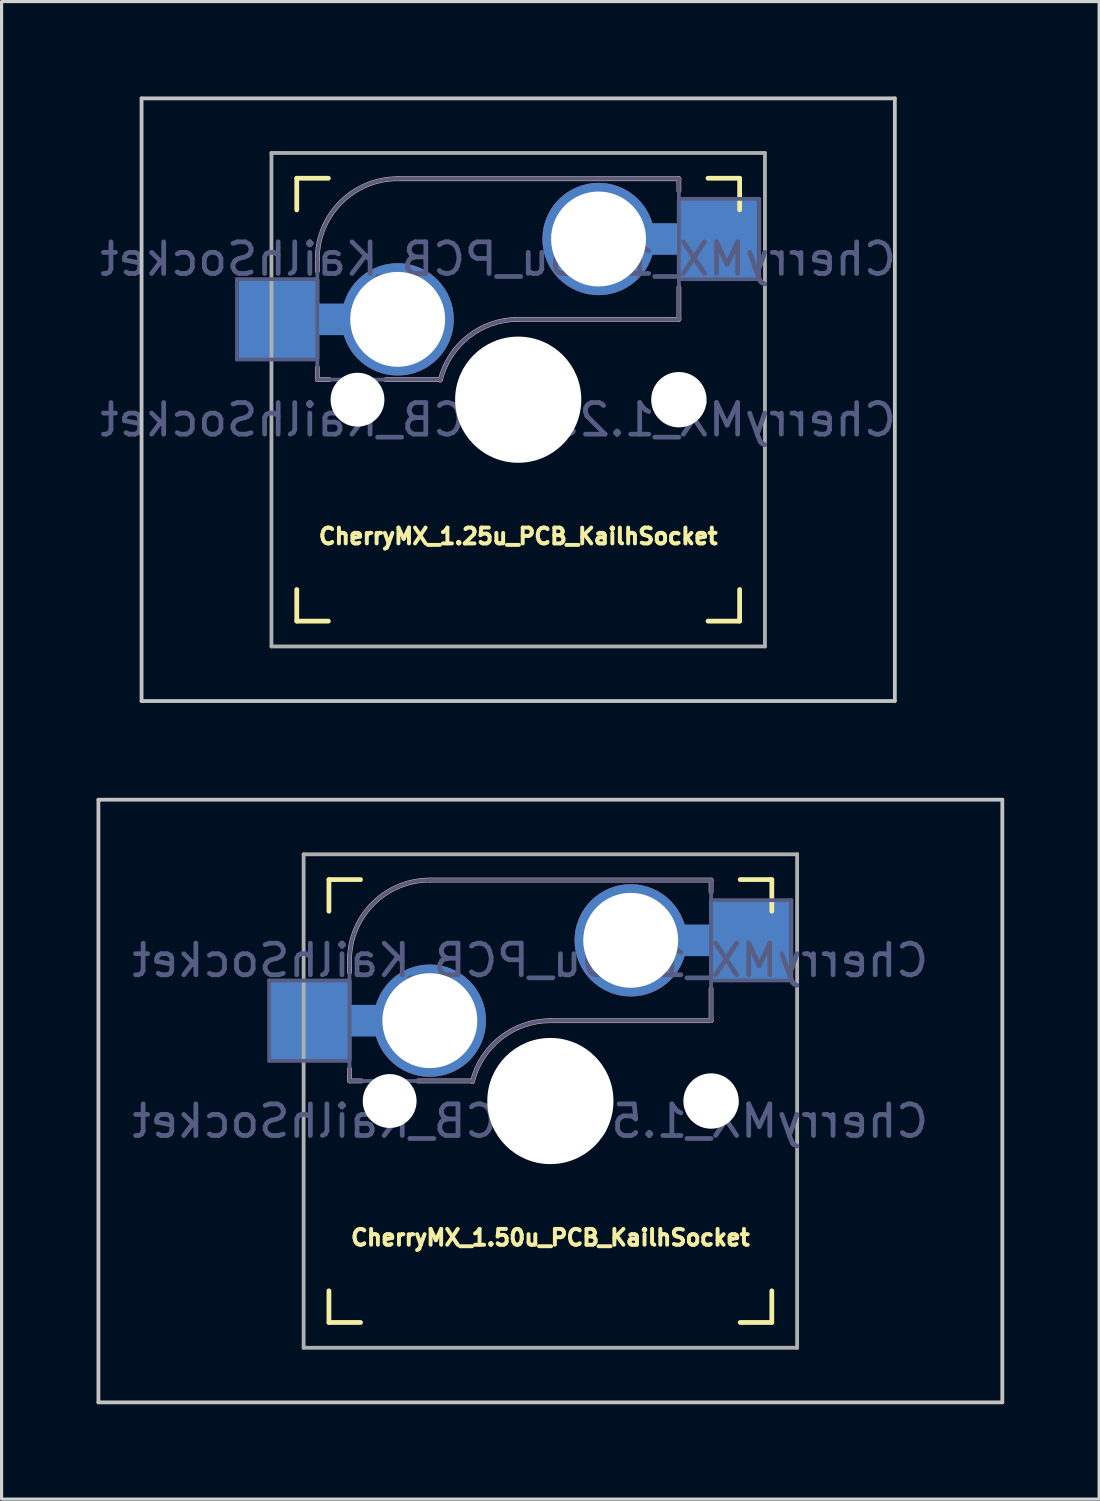
<source format=kicad_pcb>
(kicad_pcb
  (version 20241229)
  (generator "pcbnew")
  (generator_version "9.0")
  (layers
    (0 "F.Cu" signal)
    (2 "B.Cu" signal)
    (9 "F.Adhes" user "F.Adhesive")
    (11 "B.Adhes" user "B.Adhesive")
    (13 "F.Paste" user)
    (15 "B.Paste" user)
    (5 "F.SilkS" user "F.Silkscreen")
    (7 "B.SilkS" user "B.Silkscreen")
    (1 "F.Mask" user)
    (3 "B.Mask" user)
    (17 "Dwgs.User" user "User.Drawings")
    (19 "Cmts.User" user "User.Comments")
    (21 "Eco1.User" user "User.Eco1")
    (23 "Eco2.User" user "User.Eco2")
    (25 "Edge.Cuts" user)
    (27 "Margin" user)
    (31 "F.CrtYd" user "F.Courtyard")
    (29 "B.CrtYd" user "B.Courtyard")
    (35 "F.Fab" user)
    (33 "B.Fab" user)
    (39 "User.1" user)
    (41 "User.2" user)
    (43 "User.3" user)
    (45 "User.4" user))
  (footprint "CherryMX_1.50u_PCB_KailhSocket"
    (layer "F.Cu")
    (at 14.348 31.755)
    (property "Reference" "CherryMX_1.50u_PCB_KailhSocket" (at 0 4.318 0) (layer "F.SilkS") (effects (font (size 0.5 0.5) (thickness 0.125))))
    (property "Value" "CherryMX_1.50u_PCB_KailhSocket" (at 0 8.662 0) (layer "F.Fab") (hide yes) (effects (font (size 1 1) (thickness 0.15))))
    (attr through_hole)
    (fp_line (start -7 -6) (end -7 -7) (stroke (width 0.15) (type solid)) (layer "F.SilkS"))
    (fp_line (start -7 7) (end -7 6) (stroke (width 0.15) (type solid)) (layer "F.SilkS"))
    (fp_line (start -7 7) (end -6 7) (stroke (width 0.15) (type solid)) (layer "F.SilkS"))
    (fp_line (start -6 -7) (end -7 -7) (stroke (width 0.15) (type solid)) (layer "F.SilkS"))
    (fp_line (start 6 7) (end 7 7) (stroke (width 0.15) (type solid)) (layer "F.SilkS"))
    (fp_line (start 7 -7) (end 6 -7) (stroke (width 0.15) (type solid)) (layer "F.SilkS"))
    (fp_line (start 7 -7) (end 7 -6) (stroke (width 0.15) (type solid)) (layer "F.SilkS"))
    (fp_line (start 7 6) (end 7 7) (stroke (width 0.15) (type solid)) (layer "F.SilkS"))
    (fp_line (start -6.35 -4.445) (end -6.35 -4.064) (stroke (width 0.15) (type solid)) (layer "B.SilkS"))
    (fp_line (start -6.35 -1.016) (end -6.35 -0.635) (stroke (width 0.15) (type solid)) (layer "B.SilkS"))
    (fp_line (start -5.969 -0.635) (end -6.35 -0.635) (stroke (width 0.15) (type solid)) (layer "B.SilkS"))
    (fp_line (start -3.81 -6.985) (end 5.08 -6.985) (stroke (width 0.15) (type solid)) (layer "B.SilkS"))
    (fp_line (start -2.464 -0.635) (end -4.191 -0.635) (stroke (width 0.15) (type solid)) (layer "B.SilkS"))
    (fp_line (start 5.08 -6.985) (end 5.08 -6.604) (stroke (width 0.15) (type solid)) (layer "B.SilkS"))
    (fp_line (start 5.08 -3.556) (end 5.08 -2.54) (stroke (width 0.15) (type solid)) (layer "B.SilkS"))
    (fp_line (start 5.08 -2.54) (end 0 -2.54) (stroke (width 0.15) (type solid)) (layer "B.SilkS"))
    (fp_arc (start -6.35 -4.445) (mid -5.606051 -6.241051) (end -3.81 -6.985) (stroke (width 0.15) (type solid)) (layer "B.SilkS"))
    (fp_arc (start -2.464162 -0.61604) (mid -1.563147 -2.002042) (end 0 -2.54) (stroke (width 0.15) (type solid)) (layer "B.SilkS"))
    (fp_line (start -14.287 -9.525) (end 14.287 -9.525) (stroke (width 0.12) (type solid)) (layer "Dwgs.User"))
    (fp_line (start -14.287 9.525) (end -14.287 -9.525) (stroke (width 0.12) (type solid)) (layer "Dwgs.User"))
    (fp_line (start 14.287 -9.525) (end 14.287 9.525) (stroke (width 0.12) (type solid)) (layer "Dwgs.User"))
    (fp_line (start 14.287 9.525) (end -14.287 9.525) (stroke (width 0.12) (type solid)) (layer "Dwgs.User"))
    (fp_line (start -6.9 6.9) (end -6.9 -6.9) (stroke (width 0.15) (type solid)) (layer "Eco2.User"))
    (fp_line (start -6.9 6.9) (end 6.9 6.9) (stroke (width 0.15) (type solid)) (layer "Eco2.User"))
    (fp_line (start 6.9 -6.9) (end -6.9 -6.9) (stroke (width 0.15) (type solid)) (layer "Eco2.User"))
    (fp_line (start 6.9 -6.9) (end 6.9 6.9) (stroke (width 0.15) (type solid)) (layer "Eco2.User"))
    (fp_line (start -8.89 -3.81) (end -6.35 -3.81) (stroke (width 0.12) (type solid)) (layer "B.Fab"))
    (fp_line (start -8.89 -1.27) (end -8.89 -3.81) (stroke (width 0.12) (type solid)) (layer "B.Fab"))
    (fp_line (start -6.35 -1.27) (end -8.89 -1.27) (stroke (width 0.12) (type solid)) (layer "B.Fab"))
    (fp_line (start -6.35 -0.635) (end -6.35 -4.445) (stroke (width 0.12) (type solid)) (layer "B.Fab"))
    (fp_line (start -6.35 -0.635) (end -2.54 -0.635) (stroke (width 0.12) (type solid)) (layer "B.Fab"))
    (fp_line (start -3.81 -6.985) (end 5.08 -6.985) (stroke (width 0.12) (type solid)) (layer "B.Fab"))
    (fp_line (start 5.08 -6.985) (end 5.08 -2.54) (stroke (width 0.12) (type solid)) (layer "B.Fab"))
    (fp_line (start 5.08 -6.35) (end 7.62 -6.35) (stroke (width 0.12) (type solid)) (layer "B.Fab"))
    (fp_line (start 5.08 -2.54) (end 0 -2.54) (stroke (width 0.12) (type solid)) (layer "B.Fab"))
    (fp_line (start 7.62 -6.35) (end 7.62 -3.81) (stroke (width 0.12) (type solid)) (layer "B.Fab"))
    (fp_line (start 7.62 -3.81) (end 5.08 -3.81) (stroke (width 0.12) (type solid)) (layer "B.Fab"))
    (fp_arc (start -6.35 -4.445) (mid -5.606051 -6.241051) (end -3.81 -6.985) (stroke (width 0.12) (type solid)) (layer "B.Fab"))
    (fp_arc (start -2.464162 -0.61604) (mid -1.563147 -2.002042) (end 0 -2.54) (stroke (width 0.12) (type solid)) (layer "B.Fab"))
    (fp_line (start -7.8 -7.8) (end -7.8 7.8) (stroke (width 0.12) (type solid)) (layer "F.Fab"))
    (fp_line (start -7.8 -7.8) (end 7.8 -7.8) (stroke (width 0.12) (type solid)) (layer "F.Fab"))
    (fp_line (start -7.8 7.8) (end 7.8 7.8) (stroke (width 0.12) (type solid)) (layer "F.Fab"))
    (fp_line (start 7.8 -7.8) (end 7.8 7.8) (stroke (width 0.12) (type solid)) (layer "F.Fab"))
    (fp_text user "${VALUE}" (at -0.635 0.635 0) (layer "B.Fab") (effects (font (size 1 1) (thickness 0.15)) (justify mirror)))
    (fp_text user "${REFERENCE}" (at -0.635 -4.445 0) (layer "B.Fab") (effects (font (size 1 1) (thickness 0.15)) (justify mirror)))
    (pad "" np_thru_hole circle (at -5.08 0) (size 1.702 1.702) (drill 1.702) (layers "*.Cu" "*.Mask"))
    (pad "" np_thru_hole circle (at 0 0) (size 3.988 3.988) (drill 3.988) (layers "*.Cu" "*.Mask"))
    (pad "" np_thru_hole circle (at 5.08 0) (size 1.702 1.702) (drill 1.702) (layers "*.Cu" "*.Mask"))
    (pad "" np_thru_hole circle (at 5.08 0) (size 1.75 1.75) (drill 1.75) (layers "*.Cu" "*.Mask"))
    (pad "1" smd rect (at -7.56 -2.54) (size 2.55 2.5) (layers "B.Cu" "B.Mask" "B.Paste"))
    (pad "1" connect rect (at -5.715 -2.54 90) (size 1 2.5) (layers "B.Cu"))
    (pad "1" thru_hole circle (at -3.81 -2.54) (size 3.55 3.55) (drill 3) (layers "*.Cu"))
    (pad "2" thru_hole circle (at 2.54 -5.08) (size 3.55 3.55) (drill 3) (layers "*.Cu"))
    (pad "2" connect rect (at 5.015 -5.08 270) (size 1 2.5) (layers "B.Cu"))
    (pad "2" smd rect (at 6.29 -5.08) (size 2.55 2.5) (layers "B.Cu" "B.Mask" "B.Paste")))
  (footprint "CherryMX_1.25u_PCB_KailhSocket"
    (layer "F.Cu")
    (at 13.331 9.585)
    (property "Reference" "CherryMX_1.25u_PCB_KailhSocket" (at 0 4.318 0) (layer "F.SilkS") (effects (font (size 0.5 0.5) (thickness 0.125))))
    (property "Value" "CherryMX_1.25u_PCB_KailhSocket" (at 0 8.662 0) (layer "F.Fab") (hide yes) (effects (font (size 1 1) (thickness 0.15))))
    (attr through_hole)
    (fp_line (start -7 -6) (end -7 -7) (stroke (width 0.15) (type solid)) (layer "F.SilkS"))
    (fp_line (start -7 7) (end -7 6) (stroke (width 0.15) (type solid)) (layer "F.SilkS"))
    (fp_line (start -7 7) (end -6 7) (stroke (width 0.15) (type solid)) (layer "F.SilkS"))
    (fp_line (start -6 -7) (end -7 -7) (stroke (width 0.15) (type solid)) (layer "F.SilkS"))
    (fp_line (start 6 7) (end 7 7) (stroke (width 0.15) (type solid)) (layer "F.SilkS"))
    (fp_line (start 7 -7) (end 6 -7) (stroke (width 0.15) (type solid)) (layer "F.SilkS"))
    (fp_line (start 7 -7) (end 7 -6) (stroke (width 0.15) (type solid)) (layer "F.SilkS"))
    (fp_line (start 7 6) (end 7 7) (stroke (width 0.15) (type solid)) (layer "F.SilkS"))
    (fp_line (start -6.35 -4.445) (end -6.35 -4.064) (stroke (width 0.15) (type solid)) (layer "B.SilkS"))
    (fp_line (start -6.35 -1.016) (end -6.35 -0.635) (stroke (width 0.15) (type solid)) (layer "B.SilkS"))
    (fp_line (start -5.969 -0.635) (end -6.35 -0.635) (stroke (width 0.15) (type solid)) (layer "B.SilkS"))
    (fp_line (start -3.81 -6.985) (end 5.08 -6.985) (stroke (width 0.15) (type solid)) (layer "B.SilkS"))
    (fp_line (start -2.464 -0.635) (end -4.191 -0.635) (stroke (width 0.15) (type solid)) (layer "B.SilkS"))
    (fp_line (start 5.08 -6.985) (end 5.08 -6.604) (stroke (width 0.15) (type solid)) (layer "B.SilkS"))
    (fp_line (start 5.08 -3.556) (end 5.08 -2.54) (stroke (width 0.15) (type solid)) (layer "B.SilkS"))
    (fp_line (start 5.08 -2.54) (end 0 -2.54) (stroke (width 0.15) (type solid)) (layer "B.SilkS"))
    (fp_arc (start -6.35 -4.445) (mid -5.606051 -6.241051) (end -3.81 -6.985) (stroke (width 0.15) (type solid)) (layer "B.SilkS"))
    (fp_arc (start -2.464162 -0.61604) (mid -1.563147 -2.002042) (end 0 -2.54) (stroke (width 0.15) (type solid)) (layer "B.SilkS"))
    (fp_line (start -11.906 -9.525) (end 11.906 -9.525) (stroke (width 0.12) (type solid)) (layer "Dwgs.User"))
    (fp_line (start -11.906 9.525) (end -11.906 -9.525) (stroke (width 0.12) (type solid)) (layer "Dwgs.User"))
    (fp_line (start 11.906 -9.525) (end 11.906 9.525) (stroke (width 0.12) (type solid)) (layer "Dwgs.User"))
    (fp_line (start 11.906 9.525) (end -11.906 9.525) (stroke (width 0.12) (type solid)) (layer "Dwgs.User"))
    (fp_line (start -6.9 6.9) (end -6.9 -6.9) (stroke (width 0.15) (type solid)) (layer "Eco2.User"))
    (fp_line (start -6.9 6.9) (end 6.9 6.9) (stroke (width 0.15) (type solid)) (layer "Eco2.User"))
    (fp_line (start 6.9 -6.9) (end -6.9 -6.9) (stroke (width 0.15) (type solid)) (layer "Eco2.User"))
    (fp_line (start 6.9 -6.9) (end 6.9 6.9) (stroke (width 0.15) (type solid)) (layer "Eco2.User"))
    (fp_line (start -8.89 -3.81) (end -6.35 -3.81) (stroke (width 0.12) (type solid)) (layer "B.Fab"))
    (fp_line (start -8.89 -1.27) (end -8.89 -3.81) (stroke (width 0.12) (type solid)) (layer "B.Fab"))
    (fp_line (start -6.35 -1.27) (end -8.89 -1.27) (stroke (width 0.12) (type solid)) (layer "B.Fab"))
    (fp_line (start -6.35 -0.635) (end -6.35 -4.445) (stroke (width 0.12) (type solid)) (layer "B.Fab"))
    (fp_line (start -6.35 -0.635) (end -2.54 -0.635) (stroke (width 0.12) (type solid)) (layer "B.Fab"))
    (fp_line (start -3.81 -6.985) (end 5.08 -6.985) (stroke (width 0.12) (type solid)) (layer "B.Fab"))
    (fp_line (start 5.08 -6.985) (end 5.08 -2.54) (stroke (width 0.12) (type solid)) (layer "B.Fab"))
    (fp_line (start 5.08 -6.35) (end 7.62 -6.35) (stroke (width 0.12) (type solid)) (layer "B.Fab"))
    (fp_line (start 5.08 -2.54) (end 0 -2.54) (stroke (width 0.12) (type solid)) (layer "B.Fab"))
    (fp_line (start 7.62 -6.35) (end 7.62 -3.81) (stroke (width 0.12) (type solid)) (layer "B.Fab"))
    (fp_line (start 7.62 -3.81) (end 5.08 -3.81) (stroke (width 0.12) (type solid)) (layer "B.Fab"))
    (fp_arc (start -6.35 -4.445) (mid -5.606051 -6.241051) (end -3.81 -6.985) (stroke (width 0.12) (type solid)) (layer "B.Fab"))
    (fp_arc (start -2.464162 -0.61604) (mid -1.563147 -2.002042) (end 0 -2.54) (stroke (width 0.12) (type solid)) (layer "B.Fab"))
    (fp_line (start -7.8 -7.8) (end -7.8 7.8) (stroke (width 0.12) (type solid)) (layer "F.Fab"))
    (fp_line (start -7.8 -7.8) (end 7.8 -7.8) (stroke (width 0.12) (type solid)) (layer "F.Fab"))
    (fp_line (start -7.8 7.8) (end 7.8 7.8) (stroke (width 0.12) (type solid)) (layer "F.Fab"))
    (fp_line (start 7.8 -7.8) (end 7.8 7.8) (stroke (width 0.12) (type solid)) (layer "F.Fab"))
    (fp_text user "${REFERENCE}" (at -0.635 -4.445 0) (layer "B.Fab") (effects (font (size 1 1) (thickness 0.15)) (justify mirror)))
    (fp_text user "${VALUE}" (at -0.635 0.635 0) (layer "B.Fab") (effects (font (size 1 1) (thickness 0.15)) (justify mirror)))
    (pad "" np_thru_hole circle (at -5.08 0) (size 1.702 1.702) (drill 1.702) (layers "*.Cu" "*.Mask"))
    (pad "" np_thru_hole circle (at 0 0) (size 3.988 3.988) (drill 3.988) (layers "*.Cu" "*.Mask"))
    (pad "" np_thru_hole circle (at 5.08 0) (size 1.702 1.702) (drill 1.702) (layers "*.Cu" "*.Mask"))
    (pad "" np_thru_hole circle (at 5.08 0) (size 1.75 1.75) (drill 1.75) (layers "*.Cu" "*.Mask"))
    (pad "1" smd rect (at -7.56 -2.54) (size 2.55 2.5) (layers "B.Cu" "B.Mask" "B.Paste"))
    (pad "1" connect rect (at -5.715 -2.54 90) (size 1 2.5) (layers "B.Cu"))
    (pad "1" thru_hole circle (at -3.81 -2.54) (size 3.55 3.55) (drill 3) (layers "*.Cu"))
    (pad "2" thru_hole circle (at 2.54 -5.08) (size 3.55 3.55) (drill 3) (layers "*.Cu"))
    (pad "2" connect rect (at 5.015 -5.08 270) (size 1 2.5) (layers "B.Cu"))
    (pad "2" smd rect (at 6.29 -5.08) (size 2.55 2.5) (layers "B.Cu" "B.Mask" "B.Paste")))
  (gr_rect
    (start -3 -3)
    (end 31.695 44.34)
    (stroke (width 0.1) (type default))
    (fill no)
    (layer "Edge.Cuts")))
</source>
